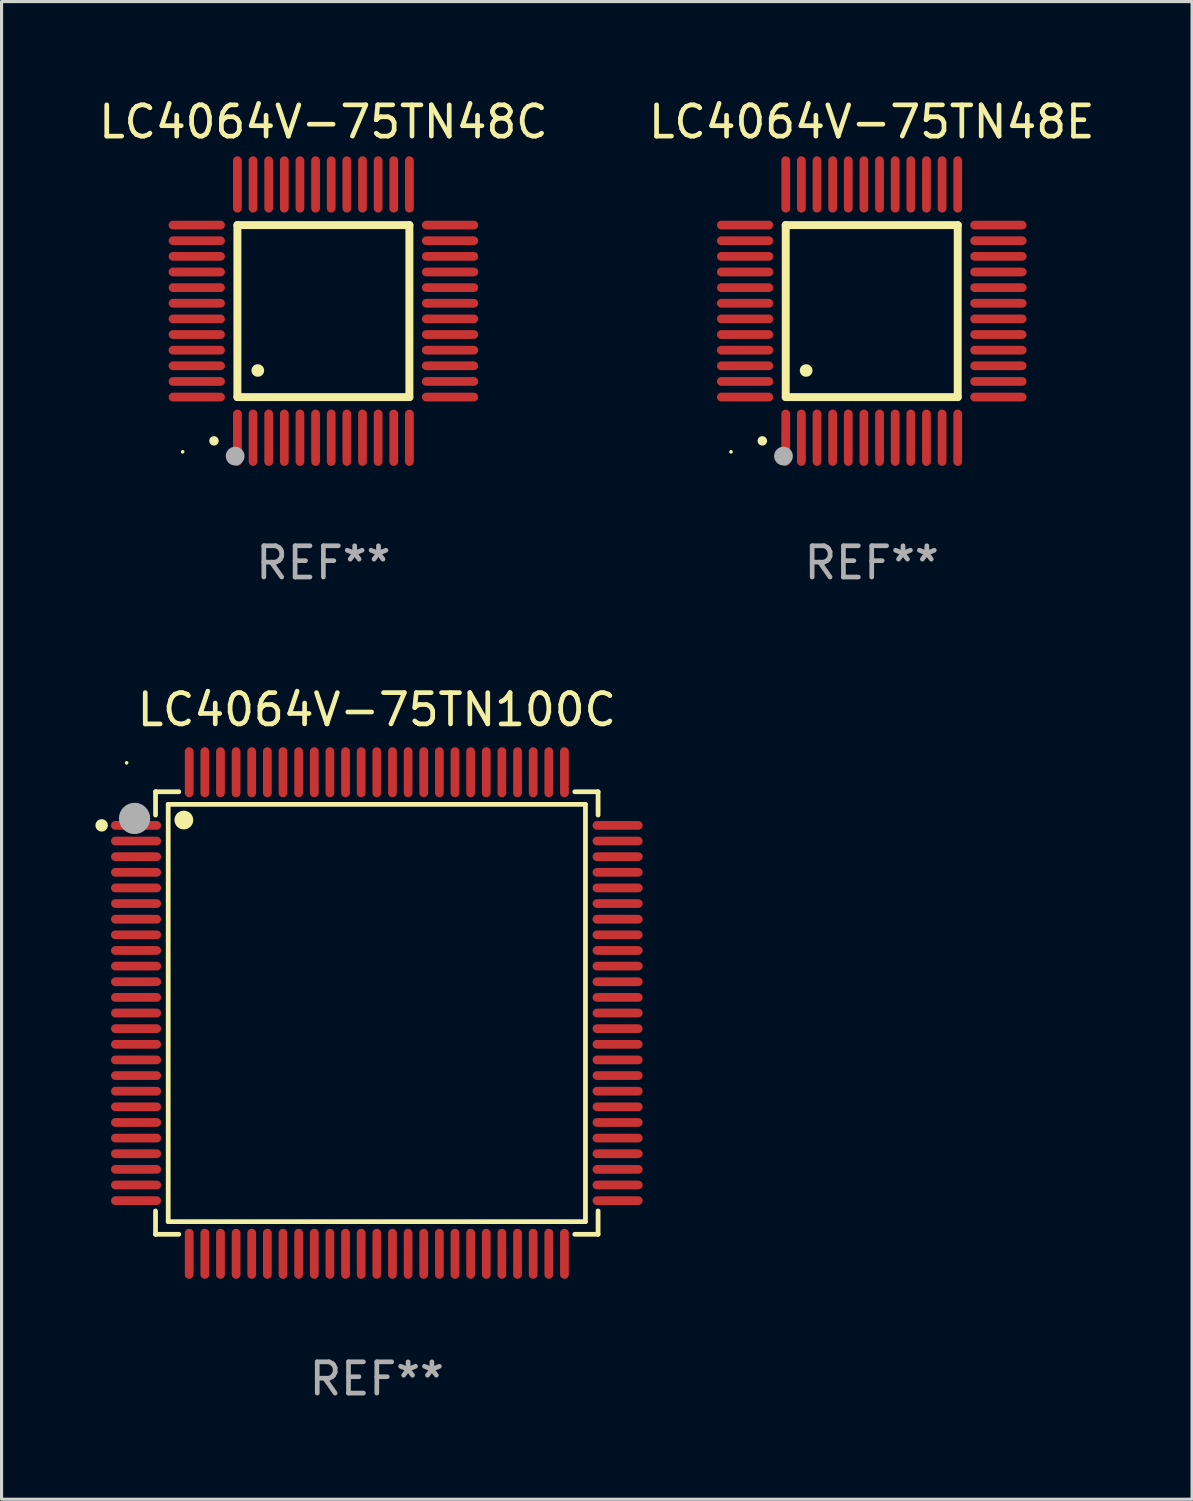
<source format=kicad_pcb>
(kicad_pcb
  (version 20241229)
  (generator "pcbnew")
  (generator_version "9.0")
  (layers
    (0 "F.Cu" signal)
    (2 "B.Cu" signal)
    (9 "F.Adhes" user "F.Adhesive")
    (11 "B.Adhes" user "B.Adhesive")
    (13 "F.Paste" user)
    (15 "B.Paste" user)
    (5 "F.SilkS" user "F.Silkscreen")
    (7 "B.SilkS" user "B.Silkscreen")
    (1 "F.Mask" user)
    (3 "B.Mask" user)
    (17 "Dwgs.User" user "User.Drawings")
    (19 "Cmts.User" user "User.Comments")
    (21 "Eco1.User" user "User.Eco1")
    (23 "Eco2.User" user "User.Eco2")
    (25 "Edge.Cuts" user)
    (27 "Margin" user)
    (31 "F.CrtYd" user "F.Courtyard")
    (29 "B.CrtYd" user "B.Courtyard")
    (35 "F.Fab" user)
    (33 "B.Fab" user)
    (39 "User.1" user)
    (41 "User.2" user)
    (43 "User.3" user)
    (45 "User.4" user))
  (footprint "LC4064V-75TN48C"
    (layer "F.Cu")
    (at 7.292 6.898)
    (property "Reference" "LC4064V-75TN48C" (at 0 -6.05 0) (layer "F.SilkS") (effects (font (size 1 1) (thickness 0.15))))
    (attr through_hole)
    (fp_line (start -2.75 -2.75) (end 2.75 -2.75) (stroke (width 0.254) (type solid)) (layer "F.SilkS"))
    (fp_line (start -2.75 2.75) (end -2.75 -2.75) (stroke (width 0.254) (type solid)) (layer "F.SilkS"))
    (fp_line (start 2.75 -2.75) (end 2.75 2.75) (stroke (width 0.254) (type solid)) (layer "F.SilkS"))
    (fp_line (start 2.75 2.75) (end -2.75 2.75) (stroke (width 0.254) (type solid)) (layer "F.SilkS"))
    (fp_arc (start -3.500127 4.150368) (mid -3.498857 4.150363) (end -3.497587 4.150368) (stroke (width 0.3) (type solid)) (layer "F.SilkS"))
    (fp_arc (start -2.100584 1.899924) (mid -2.098044 1.899908) (end -2.095504 1.899924) (stroke (width 0.4) (type solid)) (layer "F.SilkS"))
    (fp_circle (center -4.5 4.5) (end -4.47 4.5) (stroke (width 0.06) (type solid)) (fill no) (layer "F.SilkS"))
    (fp_circle (center -2.822 4.638) (end -2.672 4.638) (stroke (width 0.3) (type solid)) (fill no) (layer "F.Fab"))
    (fp_text user "REF**" (at 0 8.05 0) (layer "F.Fab") (effects (font (size 1 1) (thickness 0.15))))
    (pad "1" smd oval (at -2.75 4.05) (size 0.28 1.8) (layers "F.Cu" "F.Mask" "F.Paste"))
    (pad "2" smd oval (at -2.25 4.05) (size 0.28 1.8) (layers "F.Cu" "F.Mask" "F.Paste"))
    (pad "3" smd oval (at -1.75 4.05) (size 0.28 1.8) (layers "F.Cu" "F.Mask" "F.Paste"))
    (pad "4" smd oval (at -1.25 4.05) (size 0.28 1.8) (layers "F.Cu" "F.Mask" "F.Paste"))
    (pad "5" smd oval (at -0.75 4.05) (size 0.28 1.8) (layers "F.Cu" "F.Mask" "F.Paste"))
    (pad "6" smd oval (at -0.25 4.05) (size 0.28 1.8) (layers "F.Cu" "F.Mask" "F.Paste"))
    (pad "7" smd oval (at 0.25 4.05) (size 0.28 1.8) (layers "F.Cu" "F.Mask" "F.Paste"))
    (pad "8" smd oval (at 0.75 4.05) (size 0.28 1.8) (layers "F.Cu" "F.Mask" "F.Paste"))
    (pad "9" smd oval (at 1.25 4.05) (size 0.28 1.8) (layers "F.Cu" "F.Mask" "F.Paste"))
    (pad "10" smd oval (at 1.75 4.05) (size 0.28 1.8) (layers "F.Cu" "F.Mask" "F.Paste"))
    (pad "11" smd oval (at 2.25 4.05) (size 0.28 1.8) (layers "F.Cu" "F.Mask" "F.Paste"))
    (pad "12" smd oval (at 2.75 4.05) (size 0.28 1.8) (layers "F.Cu" "F.Mask" "F.Paste"))
    (pad "13" smd oval (at 4.05 2.75) (size 1.8 0.28) (layers "F.Cu" "F.Mask" "F.Paste"))
    (pad "14" smd oval (at 4.05 2.25) (size 1.8 0.28) (layers "F.Cu" "F.Mask" "F.Paste"))
    (pad "15" smd oval (at 4.05 1.75) (size 1.8 0.28) (layers "F.Cu" "F.Mask" "F.Paste"))
    (pad "16" smd oval (at 4.05 1.25) (size 1.8 0.28) (layers "F.Cu" "F.Mask" "F.Paste"))
    (pad "17" smd oval (at 4.05 0.75) (size 1.8 0.28) (layers "F.Cu" "F.Mask" "F.Paste"))
    (pad "18" smd oval (at 4.05 0.25) (size 1.8 0.28) (layers "F.Cu" "F.Mask" "F.Paste"))
    (pad "19" smd oval (at 4.05 -0.25) (size 1.8 0.28) (layers "F.Cu" "F.Mask" "F.Paste"))
    (pad "20" smd oval (at 4.05 -0.75) (size 1.8 0.28) (layers "F.Cu" "F.Mask" "F.Paste"))
    (pad "21" smd oval (at 4.05 -1.25) (size 1.8 0.28) (layers "F.Cu" "F.Mask" "F.Paste"))
    (pad "22" smd oval (at 4.05 -1.75) (size 1.8 0.28) (layers "F.Cu" "F.Mask" "F.Paste"))
    (pad "23" smd oval (at 4.05 -2.25) (size 1.8 0.28) (layers "F.Cu" "F.Mask" "F.Paste"))
    (pad "24" smd oval (at 4.05 -2.75) (size 1.8 0.28) (layers "F.Cu" "F.Mask" "F.Paste"))
    (pad "25" smd oval (at 2.75 -4.05) (size 0.28 1.8) (layers "F.Cu" "F.Mask" "F.Paste"))
    (pad "26" smd oval (at 2.25 -4.05) (size 0.28 1.8) (layers "F.Cu" "F.Mask" "F.Paste"))
    (pad "27" smd oval (at 1.75 -4.05) (size 0.28 1.8) (layers "F.Cu" "F.Mask" "F.Paste"))
    (pad "28" smd oval (at 1.25 -4.05) (size 0.28 1.8) (layers "F.Cu" "F.Mask" "F.Paste"))
    (pad "29" smd oval (at 0.75 -4.05) (size 0.28 1.8) (layers "F.Cu" "F.Mask" "F.Paste"))
    (pad "30" smd oval (at 0.25 -4.05) (size 0.28 1.8) (layers "F.Cu" "F.Mask" "F.Paste"))
    (pad "31" smd oval (at -0.25 -4.05) (size 0.28 1.8) (layers "F.Cu" "F.Mask" "F.Paste"))
    (pad "32" smd oval (at -0.75 -4.05) (size 0.28 1.8) (layers "F.Cu" "F.Mask" "F.Paste"))
    (pad "33" smd oval (at -1.25 -4.05) (size 0.28 1.8) (layers "F.Cu" "F.Mask" "F.Paste"))
    (pad "34" smd oval (at -1.75 -4.05) (size 0.28 1.8) (layers "F.Cu" "F.Mask" "F.Paste"))
    (pad "35" smd oval (at -2.25 -4.05) (size 0.28 1.8) (layers "F.Cu" "F.Mask" "F.Paste"))
    (pad "36" smd oval (at -2.75 -4.05) (size 0.28 1.8) (layers "F.Cu" "F.Mask" "F.Paste"))
    (pad "37" smd oval (at -4.05 -2.75) (size 1.8 0.28) (layers "F.Cu" "F.Mask" "F.Paste"))
    (pad "38" smd oval (at -4.05 -2.25) (size 1.8 0.28) (layers "F.Cu" "F.Mask" "F.Paste"))
    (pad "39" smd oval (at -4.05 -1.75) (size 1.8 0.28) (layers "F.Cu" "F.Mask" "F.Paste"))
    (pad "40" smd oval (at -4.05 -1.25) (size 1.8 0.28) (layers "F.Cu" "F.Mask" "F.Paste"))
    (pad "41" smd oval (at -4.05 -0.75) (size 1.8 0.28) (layers "F.Cu" "F.Mask" "F.Paste"))
    (pad "42" smd oval (at -4.05 -0.25) (size 1.8 0.28) (layers "F.Cu" "F.Mask" "F.Paste"))
    (pad "43" smd oval (at -4.05 0.25) (size 1.8 0.28) (layers "F.Cu" "F.Mask" "F.Paste"))
    (pad "44" smd oval (at -4.05 0.75) (size 1.8 0.28) (layers "F.Cu" "F.Mask" "F.Paste"))
    (pad "45" smd oval (at -4.05 1.25) (size 1.8 0.28) (layers "F.Cu" "F.Mask" "F.Paste"))
    (pad "46" smd oval (at -4.05 1.75) (size 1.8 0.28) (layers "F.Cu" "F.Mask" "F.Paste"))
    (pad "47" smd oval (at -4.05 2.25) (size 1.8 0.28) (layers "F.Cu" "F.Mask" "F.Paste"))
    (pad "48" smd oval (at -4.05 2.75) (size 1.8 0.28) (layers "F.Cu" "F.Mask" "F.Paste")))
  (footprint "LC4064V-75TN48E"
    (layer "F.Cu")
    (at 24.827 6.898)
    (property "Reference" "LC4064V-75TN48E" (at 0 -6.05 0) (layer "F.SilkS") (effects (font (size 1 1) (thickness 0.15))))
    (attr through_hole)
    (fp_line (start -2.75 -2.75) (end 2.75 -2.75) (stroke (width 0.254) (type solid)) (layer "F.SilkS"))
    (fp_line (start -2.75 2.75) (end -2.75 -2.75) (stroke (width 0.254) (type solid)) (layer "F.SilkS"))
    (fp_line (start 2.75 -2.75) (end 2.75 2.75) (stroke (width 0.254) (type solid)) (layer "F.SilkS"))
    (fp_line (start 2.75 2.75) (end -2.75 2.75) (stroke (width 0.254) (type solid)) (layer "F.SilkS"))
    (fp_arc (start -3.500127 4.150368) (mid -3.498857 4.150363) (end -3.497587 4.150368) (stroke (width 0.3) (type solid)) (layer "F.SilkS"))
    (fp_arc (start -2.100584 1.899924) (mid -2.098044 1.899908) (end -2.095504 1.899924) (stroke (width 0.4) (type solid)) (layer "F.SilkS"))
    (fp_circle (center -4.5 4.5) (end -4.47 4.5) (stroke (width 0.06) (type solid)) (fill no) (layer "F.SilkS"))
    (fp_circle (center -2.822 4.638) (end -2.672 4.638) (stroke (width 0.3) (type solid)) (fill no) (layer "F.Fab"))
    (fp_text user "REF**" (at 0 8.05 0) (layer "F.Fab") (effects (font (size 1 1) (thickness 0.15))))
    (pad "1" smd oval (at -2.75 4.05) (size 0.28 1.8) (layers "F.Cu" "F.Mask" "F.Paste"))
    (pad "2" smd oval (at -2.25 4.05) (size 0.28 1.8) (layers "F.Cu" "F.Mask" "F.Paste"))
    (pad "3" smd oval (at -1.75 4.05) (size 0.28 1.8) (layers "F.Cu" "F.Mask" "F.Paste"))
    (pad "4" smd oval (at -1.25 4.05) (size 0.28 1.8) (layers "F.Cu" "F.Mask" "F.Paste"))
    (pad "5" smd oval (at -0.75 4.05) (size 0.28 1.8) (layers "F.Cu" "F.Mask" "F.Paste"))
    (pad "6" smd oval (at -0.25 4.05) (size 0.28 1.8) (layers "F.Cu" "F.Mask" "F.Paste"))
    (pad "7" smd oval (at 0.25 4.05) (size 0.28 1.8) (layers "F.Cu" "F.Mask" "F.Paste"))
    (pad "8" smd oval (at 0.75 4.05) (size 0.28 1.8) (layers "F.Cu" "F.Mask" "F.Paste"))
    (pad "9" smd oval (at 1.25 4.05) (size 0.28 1.8) (layers "F.Cu" "F.Mask" "F.Paste"))
    (pad "10" smd oval (at 1.75 4.05) (size 0.28 1.8) (layers "F.Cu" "F.Mask" "F.Paste"))
    (pad "11" smd oval (at 2.25 4.05) (size 0.28 1.8) (layers "F.Cu" "F.Mask" "F.Paste"))
    (pad "12" smd oval (at 2.75 4.05) (size 0.28 1.8) (layers "F.Cu" "F.Mask" "F.Paste"))
    (pad "13" smd oval (at 4.05 2.75) (size 1.8 0.28) (layers "F.Cu" "F.Mask" "F.Paste"))
    (pad "14" smd oval (at 4.05 2.25) (size 1.8 0.28) (layers "F.Cu" "F.Mask" "F.Paste"))
    (pad "15" smd oval (at 4.05 1.75) (size 1.8 0.28) (layers "F.Cu" "F.Mask" "F.Paste"))
    (pad "16" smd oval (at 4.05 1.25) (size 1.8 0.28) (layers "F.Cu" "F.Mask" "F.Paste"))
    (pad "17" smd oval (at 4.05 0.75) (size 1.8 0.28) (layers "F.Cu" "F.Mask" "F.Paste"))
    (pad "18" smd oval (at 4.05 0.25) (size 1.8 0.28) (layers "F.Cu" "F.Mask" "F.Paste"))
    (pad "19" smd oval (at 4.05 -0.25) (size 1.8 0.28) (layers "F.Cu" "F.Mask" "F.Paste"))
    (pad "20" smd oval (at 4.05 -0.75) (size 1.8 0.28) (layers "F.Cu" "F.Mask" "F.Paste"))
    (pad "21" smd oval (at 4.05 -1.25) (size 1.8 0.28) (layers "F.Cu" "F.Mask" "F.Paste"))
    (pad "22" smd oval (at 4.05 -1.75) (size 1.8 0.28) (layers "F.Cu" "F.Mask" "F.Paste"))
    (pad "23" smd oval (at 4.05 -2.25) (size 1.8 0.28) (layers "F.Cu" "F.Mask" "F.Paste"))
    (pad "24" smd oval (at 4.05 -2.75) (size 1.8 0.28) (layers "F.Cu" "F.Mask" "F.Paste"))
    (pad "25" smd oval (at 2.75 -4.05) (size 0.28 1.8) (layers "F.Cu" "F.Mask" "F.Paste"))
    (pad "26" smd oval (at 2.25 -4.05) (size 0.28 1.8) (layers "F.Cu" "F.Mask" "F.Paste"))
    (pad "27" smd oval (at 1.75 -4.05) (size 0.28 1.8) (layers "F.Cu" "F.Mask" "F.Paste"))
    (pad "28" smd oval (at 1.25 -4.05) (size 0.28 1.8) (layers "F.Cu" "F.Mask" "F.Paste"))
    (pad "29" smd oval (at 0.75 -4.05) (size 0.28 1.8) (layers "F.Cu" "F.Mask" "F.Paste"))
    (pad "30" smd oval (at 0.25 -4.05) (size 0.28 1.8) (layers "F.Cu" "F.Mask" "F.Paste"))
    (pad "31" smd oval (at -0.25 -4.05) (size 0.28 1.8) (layers "F.Cu" "F.Mask" "F.Paste"))
    (pad "32" smd oval (at -0.75 -4.05) (size 0.28 1.8) (layers "F.Cu" "F.Mask" "F.Paste"))
    (pad "33" smd oval (at -1.25 -4.05) (size 0.28 1.8) (layers "F.Cu" "F.Mask" "F.Paste"))
    (pad "34" smd oval (at -1.75 -4.05) (size 0.28 1.8) (layers "F.Cu" "F.Mask" "F.Paste"))
    (pad "35" smd oval (at -2.25 -4.05) (size 0.28 1.8) (layers "F.Cu" "F.Mask" "F.Paste"))
    (pad "36" smd oval (at -2.75 -4.05) (size 0.28 1.8) (layers "F.Cu" "F.Mask" "F.Paste"))
    (pad "37" smd oval (at -4.05 -2.75) (size 1.8 0.28) (layers "F.Cu" "F.Mask" "F.Paste"))
    (pad "38" smd oval (at -4.05 -2.25) (size 1.8 0.28) (layers "F.Cu" "F.Mask" "F.Paste"))
    (pad "39" smd oval (at -4.05 -1.75) (size 1.8 0.28) (layers "F.Cu" "F.Mask" "F.Paste"))
    (pad "40" smd oval (at -4.05 -1.25) (size 1.8 0.28) (layers "F.Cu" "F.Mask" "F.Paste"))
    (pad "41" smd oval (at -4.05 -0.75) (size 1.8 0.28) (layers "F.Cu" "F.Mask" "F.Paste"))
    (pad "42" smd oval (at -4.05 -0.25) (size 1.8 0.28) (layers "F.Cu" "F.Mask" "F.Paste"))
    (pad "43" smd oval (at -4.05 0.25) (size 1.8 0.28) (layers "F.Cu" "F.Mask" "F.Paste"))
    (pad "44" smd oval (at -4.05 0.75) (size 1.8 0.28) (layers "F.Cu" "F.Mask" "F.Paste"))
    (pad "45" smd oval (at -4.05 1.25) (size 1.8 0.28) (layers "F.Cu" "F.Mask" "F.Paste"))
    (pad "46" smd oval (at -4.05 1.75) (size 1.8 0.28) (layers "F.Cu" "F.Mask" "F.Paste"))
    (pad "47" smd oval (at -4.05 2.25) (size 1.8 0.28) (layers "F.Cu" "F.Mask" "F.Paste"))
    (pad "48" smd oval (at -4.05 2.75) (size 1.8 0.28) (layers "F.Cu" "F.Mask" "F.Paste")))
  (footprint "LC4064V-75TN100C"
    (layer "F.Cu")
    (at 9 29.345)
    (property "Reference" "LC4064V-75TN100C" (at 0 -9.7 0) (layer "F.SilkS") (effects (font (size 1 1) (thickness 0.15))))
    (attr through_hole)
    (fp_line (start -7.076 -7.076) (end -7.076 -6.331) (stroke (width 0.152) (type solid)) (layer "F.SilkS"))
    (fp_line (start -7.076 7.076) (end -7.076 6.33) (stroke (width 0.152) (type solid)) (layer "F.SilkS"))
    (fp_line (start -6.671 -6.672) (end 6.672 -6.672) (stroke (width 0.152) (type solid)) (layer "F.SilkS"))
    (fp_line (start -6.671 6.671) (end -6.671 -6.672) (stroke (width 0.152) (type solid)) (layer "F.SilkS"))
    (fp_line (start -6.33 -7.076) (end -7.076 -7.076) (stroke (width 0.152) (type solid)) (layer "F.SilkS"))
    (fp_line (start -6.33 7.076) (end -7.076 7.076) (stroke (width 0.152) (type solid)) (layer "F.SilkS"))
    (fp_line (start 6.331 -7.076) (end 7.076 -7.076) (stroke (width 0.152) (type solid)) (layer "F.SilkS"))
    (fp_line (start 6.331 7.076) (end 7.076 7.076) (stroke (width 0.152) (type solid)) (layer "F.SilkS"))
    (fp_line (start 6.672 -6.672) (end 6.672 6.671) (stroke (width 0.152) (type solid)) (layer "F.SilkS"))
    (fp_line (start 6.672 6.671) (end -6.671 6.671) (stroke (width 0.152) (type solid)) (layer "F.SilkS"))
    (fp_line (start 7.076 -7.076) (end 7.076 -6.331) (stroke (width 0.152) (type solid)) (layer "F.SilkS"))
    (fp_line (start 7.076 7.076) (end 7.076 6.33) (stroke (width 0.152) (type solid)) (layer "F.SilkS"))
    (fp_circle (center -8.8 -6) (end -8.7 -6) (stroke (width 0.2) (type solid)) (fill no) (layer "F.SilkS"))
    (fp_circle (center -8 -8) (end -7.97 -8) (stroke (width 0.06) (type solid)) (fill no) (layer "F.SilkS"))
    (fp_circle (center -6.171 -6.171) (end -6.021 -6.171) (stroke (width 0.3) (type solid)) (fill no) (layer "F.SilkS"))
    (fp_circle (center -7.747 -6.223) (end -7.497 -6.223) (stroke (width 0.5) (type solid)) (fill no) (layer "F.Fab"))
    (fp_text user "REF**" (at 0 11.7 0) (layer "F.Fab") (effects (font (size 1 1) (thickness 0.15))))
    (pad "1" smd oval (at -7.7 -6) (size 1.6 0.28) (layers "F.Cu" "F.Mask" "F.Paste"))
    (pad "2" smd oval (at -7.7 -5.5) (size 1.6 0.28) (layers "F.Cu" "F.Mask" "F.Paste"))
    (pad "3" smd oval (at -7.7 -5) (size 1.6 0.28) (layers "F.Cu" "F.Mask" "F.Paste"))
    (pad "4" smd oval (at -7.7 -4.5) (size 1.6 0.28) (layers "F.Cu" "F.Mask" "F.Paste"))
    (pad "5" smd oval (at -7.7 -4) (size 1.6 0.28) (layers "F.Cu" "F.Mask" "F.Paste"))
    (pad "6" smd oval (at -7.7 -3.5) (size 1.6 0.28) (layers "F.Cu" "F.Mask" "F.Paste"))
    (pad "7" smd oval (at -7.7 -3) (size 1.6 0.28) (layers "F.Cu" "F.Mask" "F.Paste"))
    (pad "8" smd oval (at -7.7 -2.5) (size 1.6 0.28) (layers "F.Cu" "F.Mask" "F.Paste"))
    (pad "9" smd oval (at -7.7 -2) (size 1.6 0.28) (layers "F.Cu" "F.Mask" "F.Paste"))
    (pad "10" smd oval (at -7.7 -1.5) (size 1.6 0.28) (layers "F.Cu" "F.Mask" "F.Paste"))
    (pad "11" smd oval (at -7.7 -1) (size 1.6 0.28) (layers "F.Cu" "F.Mask" "F.Paste"))
    (pad "12" smd oval (at -7.7 -0.5) (size 1.6 0.28) (layers "F.Cu" "F.Mask" "F.Paste"))
    (pad "13" smd oval (at -7.7 0) (size 1.6 0.28) (layers "F.Cu" "F.Mask" "F.Paste"))
    (pad "14" smd oval (at -7.7 0.5) (size 1.6 0.28) (layers "F.Cu" "F.Mask" "F.Paste"))
    (pad "15" smd oval (at -7.7 1) (size 1.6 0.28) (layers "F.Cu" "F.Mask" "F.Paste"))
    (pad "16" smd oval (at -7.7 1.5) (size 1.6 0.28) (layers "F.Cu" "F.Mask" "F.Paste"))
    (pad "17" smd oval (at -7.7 2) (size 1.6 0.28) (layers "F.Cu" "F.Mask" "F.Paste"))
    (pad "18" smd oval (at -7.7 2.5) (size 1.6 0.28) (layers "F.Cu" "F.Mask" "F.Paste"))
    (pad "19" smd oval (at -7.7 3) (size 1.6 0.28) (layers "F.Cu" "F.Mask" "F.Paste"))
    (pad "20" smd oval (at -7.7 3.5) (size 1.6 0.28) (layers "F.Cu" "F.Mask" "F.Paste"))
    (pad "21" smd oval (at -7.7 4) (size 1.6 0.28) (layers "F.Cu" "F.Mask" "F.Paste"))
    (pad "22" smd oval (at -7.7 4.5) (size 1.6 0.28) (layers "F.Cu" "F.Mask" "F.Paste"))
    (pad "23" smd oval (at -7.7 5) (size 1.6 0.28) (layers "F.Cu" "F.Mask" "F.Paste"))
    (pad "24" smd oval (at -7.7 5.5) (size 1.6 0.28) (layers "F.Cu" "F.Mask" "F.Paste"))
    (pad "25" smd oval (at -7.7 6) (size 1.6 0.28) (layers "F.Cu" "F.Mask" "F.Paste"))
    (pad "26" smd oval (at -6 7.7) (size 0.28 1.6) (layers "F.Cu" "F.Mask" "F.Paste"))
    (pad "27" smd oval (at -5.5 7.7) (size 0.28 1.6) (layers "F.Cu" "F.Mask" "F.Paste"))
    (pad "28" smd oval (at -5 7.7) (size 0.28 1.6) (layers "F.Cu" "F.Mask" "F.Paste"))
    (pad "29" smd oval (at -4.5 7.7) (size 0.28 1.6) (layers "F.Cu" "F.Mask" "F.Paste"))
    (pad "30" smd oval (at -4 7.7) (size 0.28 1.6) (layers "F.Cu" "F.Mask" "F.Paste"))
    (pad "31" smd oval (at -3.5 7.7) (size 0.28 1.6) (layers "F.Cu" "F.Mask" "F.Paste"))
    (pad "32" smd oval (at -3 7.7) (size 0.28 1.6) (layers "F.Cu" "F.Mask" "F.Paste"))
    (pad "33" smd oval (at -2.5 7.7) (size 0.28 1.6) (layers "F.Cu" "F.Mask" "F.Paste"))
    (pad "34" smd oval (at -2 7.7) (size 0.28 1.6) (layers "F.Cu" "F.Mask" "F.Paste"))
    (pad "35" smd oval (at -1.5 7.7) (size 0.28 1.6) (layers "F.Cu" "F.Mask" "F.Paste"))
    (pad "36" smd oval (at -1 7.7) (size 0.28 1.6) (layers "F.Cu" "F.Mask" "F.Paste"))
    (pad "37" smd oval (at -0.5 7.7) (size 0.28 1.6) (layers "F.Cu" "F.Mask" "F.Paste"))
    (pad "38" smd oval (at 0 7.7) (size 0.28 1.6) (layers "F.Cu" "F.Mask" "F.Paste"))
    (pad "39" smd oval (at 0.5 7.7) (size 0.28 1.6) (layers "F.Cu" "F.Mask" "F.Paste"))
    (pad "40" smd oval (at 1 7.7) (size 0.28 1.6) (layers "F.Cu" "F.Mask" "F.Paste"))
    (pad "41" smd oval (at 1.5 7.7) (size 0.28 1.6) (layers "F.Cu" "F.Mask" "F.Paste"))
    (pad "42" smd oval (at 2 7.7) (size 0.28 1.6) (layers "F.Cu" "F.Mask" "F.Paste"))
    (pad "43" smd oval (at 2.5 7.7) (size 0.28 1.6) (layers "F.Cu" "F.Mask" "F.Paste"))
    (pad "44" smd oval (at 3 7.7) (size 0.28 1.6) (layers "F.Cu" "F.Mask" "F.Paste"))
    (pad "45" smd oval (at 3.5 7.7) (size 0.28 1.6) (layers "F.Cu" "F.Mask" "F.Paste"))
    (pad "46" smd oval (at 4 7.7) (size 0.28 1.6) (layers "F.Cu" "F.Mask" "F.Paste"))
    (pad "47" smd oval (at 4.5 7.7) (size 0.28 1.6) (layers "F.Cu" "F.Mask" "F.Paste"))
    (pad "48" smd oval (at 5 7.7) (size 0.28 1.6) (layers "F.Cu" "F.Mask" "F.Paste"))
    (pad "49" smd oval (at 5.5 7.7) (size 0.28 1.6) (layers "F.Cu" "F.Mask" "F.Paste"))
    (pad "50" smd oval (at 6 7.7) (size 0.28 1.6) (layers "F.Cu" "F.Mask" "F.Paste"))
    (pad "51" smd oval (at 7.7 6) (size 1.6 0.28) (layers "F.Cu" "F.Mask" "F.Paste"))
    (pad "52" smd oval (at 7.7 5.5) (size 1.6 0.28) (layers "F.Cu" "F.Mask" "F.Paste"))
    (pad "53" smd oval (at 7.7 5) (size 1.6 0.28) (layers "F.Cu" "F.Mask" "F.Paste"))
    (pad "54" smd oval (at 7.7 4.5) (size 1.6 0.28) (layers "F.Cu" "F.Mask" "F.Paste"))
    (pad "55" smd oval (at 7.7 4) (size 1.6 0.28) (layers "F.Cu" "F.Mask" "F.Paste"))
    (pad "56" smd oval (at 7.7 3.5) (size 1.6 0.28) (layers "F.Cu" "F.Mask" "F.Paste"))
    (pad "57" smd oval (at 7.7 3) (size 1.6 0.28) (layers "F.Cu" "F.Mask" "F.Paste"))
    (pad "58" smd oval (at 7.7 2.5) (size 1.6 0.28) (layers "F.Cu" "F.Mask" "F.Paste"))
    (pad "59" smd oval (at 7.7 2) (size 1.6 0.28) (layers "F.Cu" "F.Mask" "F.Paste"))
    (pad "60" smd oval (at 7.7 1.5) (size 1.6 0.28) (layers "F.Cu" "F.Mask" "F.Paste"))
    (pad "61" smd oval (at 7.7 1) (size 1.6 0.28) (layers "F.Cu" "F.Mask" "F.Paste"))
    (pad "62" smd oval (at 7.7 0.5) (size 1.6 0.28) (layers "F.Cu" "F.Mask" "F.Paste"))
    (pad "63" smd oval (at 7.7 0) (size 1.6 0.28) (layers "F.Cu" "F.Mask" "F.Paste"))
    (pad "64" smd oval (at 7.7 -0.5) (size 1.6 0.28) (layers "F.Cu" "F.Mask" "F.Paste"))
    (pad "65" smd oval (at 7.7 -1) (size 1.6 0.28) (layers "F.Cu" "F.Mask" "F.Paste"))
    (pad "66" smd oval (at 7.7 -1.5) (size 1.6 0.28) (layers "F.Cu" "F.Mask" "F.Paste"))
    (pad "67" smd oval (at 7.7 -2) (size 1.6 0.28) (layers "F.Cu" "F.Mask" "F.Paste"))
    (pad "68" smd oval (at 7.7 -2.5) (size 1.6 0.28) (layers "F.Cu" "F.Mask" "F.Paste"))
    (pad "69" smd oval (at 7.7 -3) (size 1.6 0.28) (layers "F.Cu" "F.Mask" "F.Paste"))
    (pad "70" smd oval (at 7.7 -3.5) (size 1.6 0.28) (layers "F.Cu" "F.Mask" "F.Paste"))
    (pad "71" smd oval (at 7.7 -4) (size 1.6 0.28) (layers "F.Cu" "F.Mask" "F.Paste"))
    (pad "72" smd oval (at 7.7 -4.5) (size 1.6 0.28) (layers "F.Cu" "F.Mask" "F.Paste"))
    (pad "73" smd oval (at 7.7 -5) (size 1.6 0.28) (layers "F.Cu" "F.Mask" "F.Paste"))
    (pad "74" smd oval (at 7.7 -5.5) (size 1.6 0.28) (layers "F.Cu" "F.Mask" "F.Paste"))
    (pad "75" smd oval (at 7.7 -6) (size 1.6 0.28) (layers "F.Cu" "F.Mask" "F.Paste"))
    (pad "76" smd oval (at 6 -7.7) (size 0.28 1.6) (layers "F.Cu" "F.Mask" "F.Paste"))
    (pad "77" smd oval (at 5.5 -7.7) (size 0.28 1.6) (layers "F.Cu" "F.Mask" "F.Paste"))
    (pad "78" smd oval (at 5 -7.7) (size 0.28 1.6) (layers "F.Cu" "F.Mask" "F.Paste"))
    (pad "79" smd oval (at 4.5 -7.7) (size 0.28 1.6) (layers "F.Cu" "F.Mask" "F.Paste"))
    (pad "80" smd oval (at 4 -7.7) (size 0.28 1.6) (layers "F.Cu" "F.Mask" "F.Paste"))
    (pad "81" smd oval (at 3.5 -7.7) (size 0.28 1.6) (layers "F.Cu" "F.Mask" "F.Paste"))
    (pad "82" smd oval (at 3 -7.7) (size 0.28 1.6) (layers "F.Cu" "F.Mask" "F.Paste"))
    (pad "83" smd oval (at 2.5 -7.7) (size 0.28 1.6) (layers "F.Cu" "F.Mask" "F.Paste"))
    (pad "84" smd oval (at 2 -7.7) (size 0.28 1.6) (layers "F.Cu" "F.Mask" "F.Paste"))
    (pad "85" smd oval (at 1.5 -7.7) (size 0.28 1.6) (layers "F.Cu" "F.Mask" "F.Paste"))
    (pad "86" smd oval (at 1 -7.7) (size 0.28 1.6) (layers "F.Cu" "F.Mask" "F.Paste"))
    (pad "87" smd oval (at 0.5 -7.7) (size 0.28 1.6) (layers "F.Cu" "F.Mask" "F.Paste"))
    (pad "88" smd oval (at 0 -7.7) (size 0.28 1.6) (layers "F.Cu" "F.Mask" "F.Paste"))
    (pad "89" smd oval (at -0.5 -7.7) (size 0.28 1.6) (layers "F.Cu" "F.Mask" "F.Paste"))
    (pad "90" smd oval (at -1 -7.7) (size 0.28 1.6) (layers "F.Cu" "F.Mask" "F.Paste"))
    (pad "91" smd oval (at -1.5 -7.7) (size 0.28 1.6) (layers "F.Cu" "F.Mask" "F.Paste"))
    (pad "92" smd oval (at -2 -7.7) (size 0.28 1.6) (layers "F.Cu" "F.Mask" "F.Paste"))
    (pad "93" smd oval (at -2.5 -7.7) (size 0.28 1.6) (layers "F.Cu" "F.Mask" "F.Paste"))
    (pad "94" smd oval (at -3 -7.7) (size 0.28 1.6) (layers "F.Cu" "F.Mask" "F.Paste"))
    (pad "95" smd oval (at -3.5 -7.7) (size 0.28 1.6) (layers "F.Cu" "F.Mask" "F.Paste"))
    (pad "96" smd oval (at -4 -7.7) (size 0.28 1.6) (layers "F.Cu" "F.Mask" "F.Paste"))
    (pad "97" smd oval (at -4.5 -7.7) (size 0.28 1.6) (layers "F.Cu" "F.Mask" "F.Paste"))
    (pad "98" smd oval (at -5 -7.7) (size 0.28 1.6) (layers "F.Cu" "F.Mask" "F.Paste"))
    (pad "99" smd oval (at -5.5 -7.7) (size 0.28 1.6) (layers "F.Cu" "F.Mask" "F.Paste"))
    (pad "100" smd oval (at -6 -7.7) (size 0.28 1.6) (layers "F.Cu" "F.Mask" "F.Paste")))
  (gr_rect
    (start -3 -3)
    (end 35.071 44.893)
    (stroke (width 0.1) (type default))
    (fill no)
    (layer "Edge.Cuts")))
</source>
